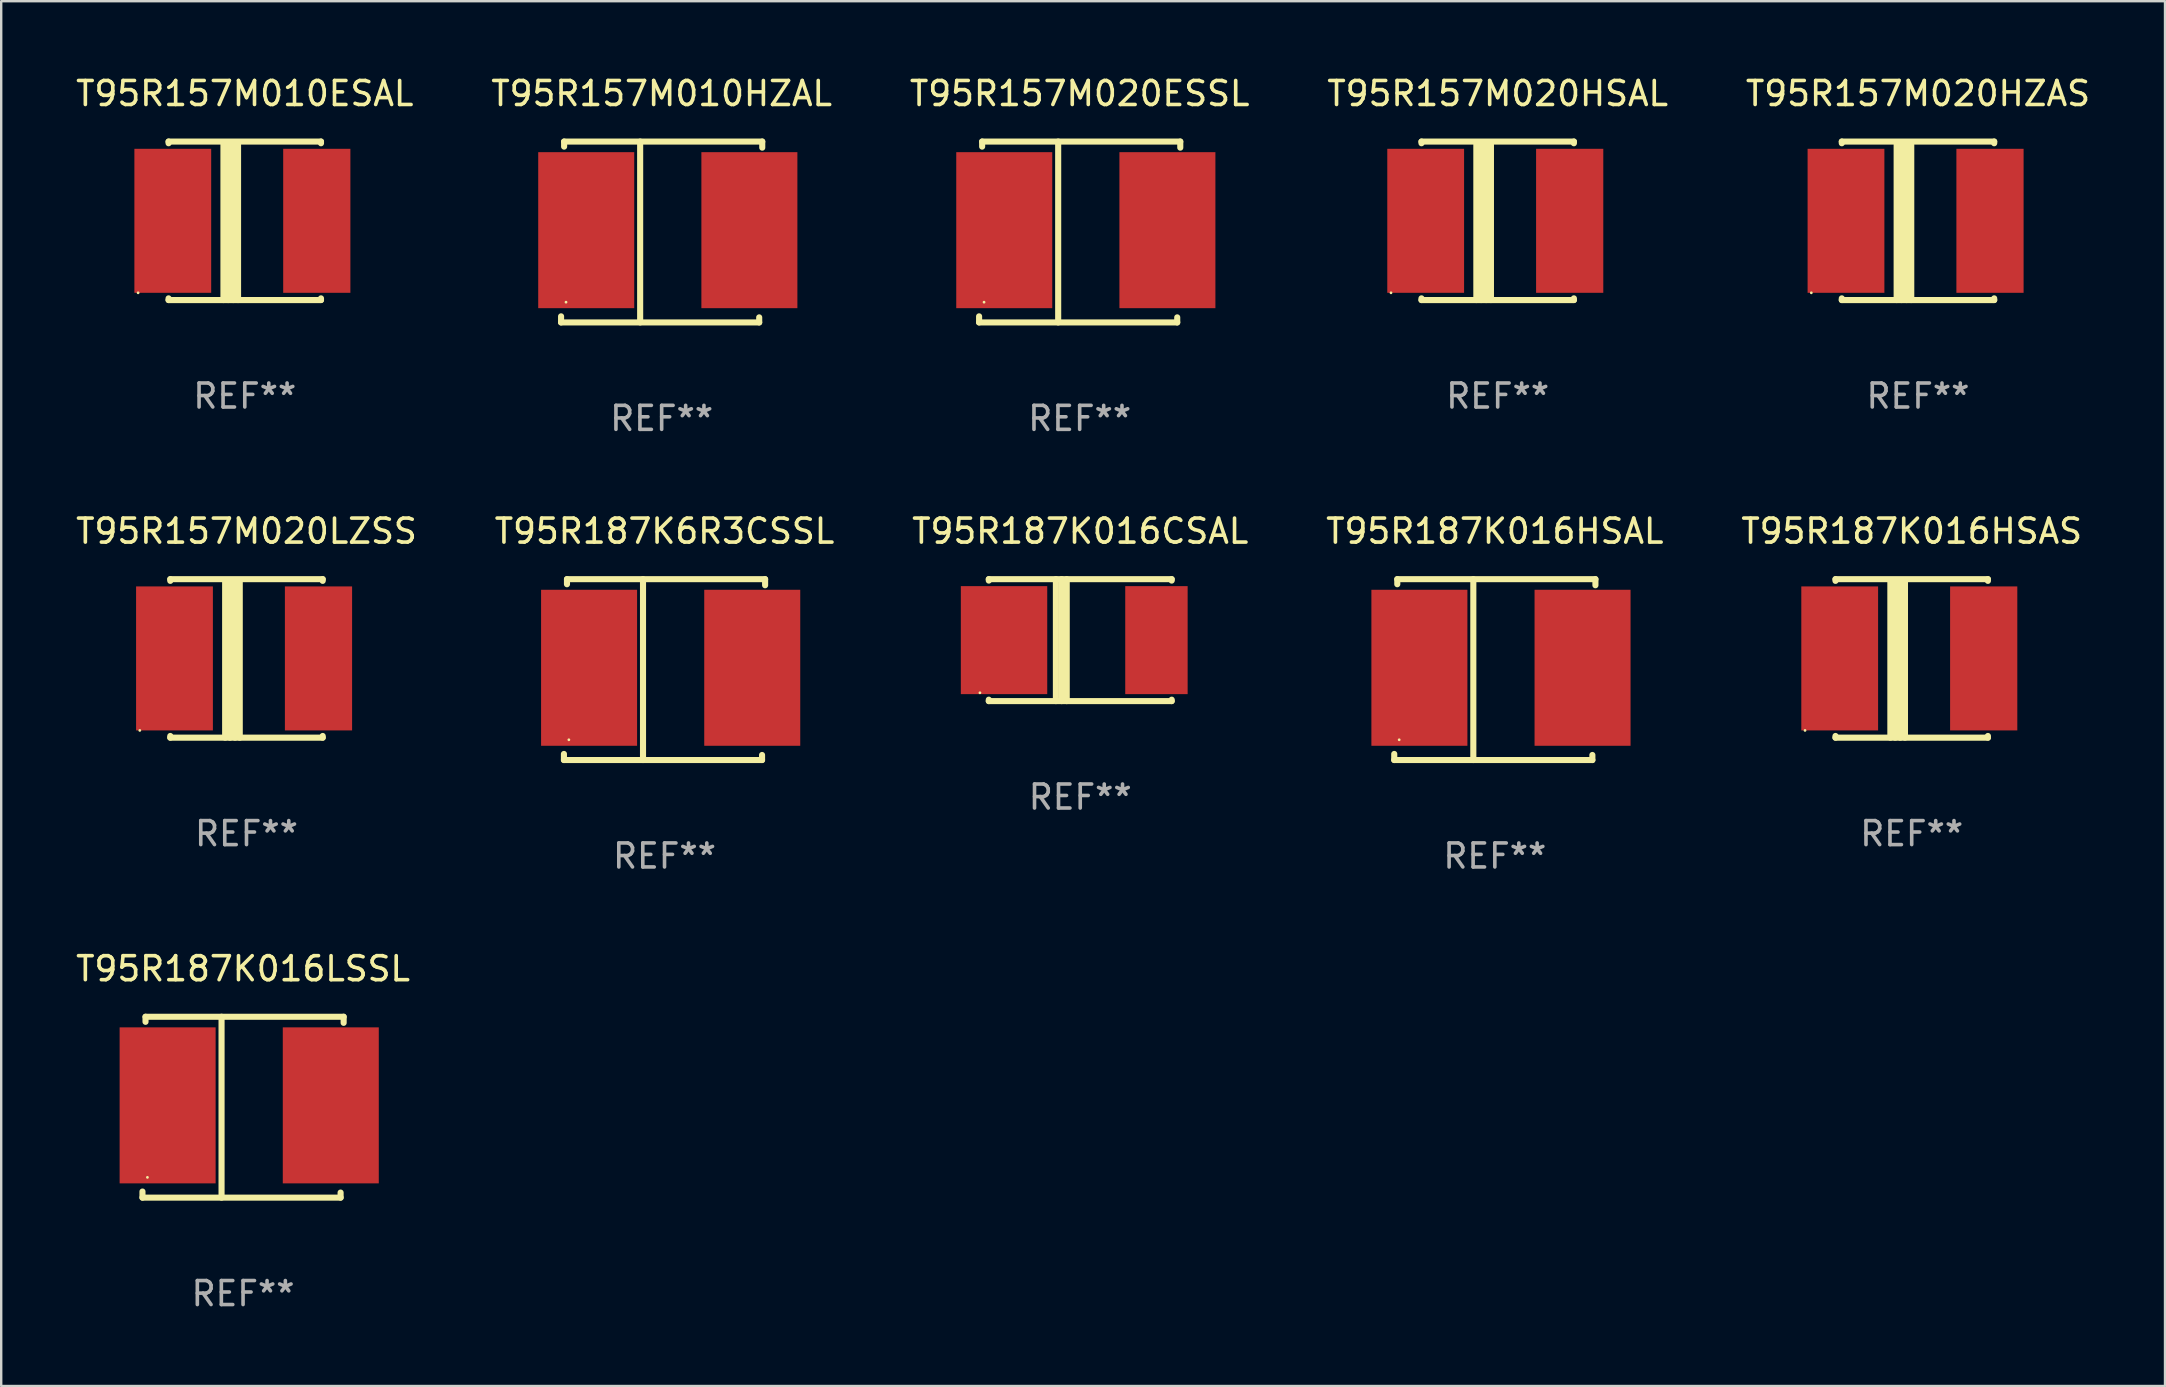
<source format=kicad_pcb>
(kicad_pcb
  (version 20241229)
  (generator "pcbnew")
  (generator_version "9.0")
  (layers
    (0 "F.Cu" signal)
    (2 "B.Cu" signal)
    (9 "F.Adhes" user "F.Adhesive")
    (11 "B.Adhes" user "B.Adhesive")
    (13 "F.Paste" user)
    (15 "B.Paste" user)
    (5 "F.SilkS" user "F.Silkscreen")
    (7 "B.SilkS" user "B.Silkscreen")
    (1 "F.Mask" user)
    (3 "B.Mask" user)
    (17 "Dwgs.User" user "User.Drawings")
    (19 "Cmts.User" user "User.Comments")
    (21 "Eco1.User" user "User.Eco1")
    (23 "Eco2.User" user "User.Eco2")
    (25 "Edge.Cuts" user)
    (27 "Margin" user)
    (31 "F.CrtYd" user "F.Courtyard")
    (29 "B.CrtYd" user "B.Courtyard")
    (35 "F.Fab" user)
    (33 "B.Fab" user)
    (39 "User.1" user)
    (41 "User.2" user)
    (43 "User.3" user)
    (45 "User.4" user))
  (footprint "T95R157M020HSAL"
    (layer "F.Cu")
    (at 59.351 6.15)
    (property "Reference" "T95R157M020HSAL" (at 0 -5.302 0) (layer "F.SilkS") (effects (font (size 1 1) (thickness 0.15))))
    (attr through_hole)
    (fp_line (start -3.175 -3.231) (end -3.175 -3.302) (stroke (width 0.254) (type solid)) (layer "F.SilkS"))
    (fp_line (start -3.175 3.302) (end -3.175 3.231) (stroke (width 0.254) (type solid)) (layer "F.SilkS"))
    (fp_line (start -3.175 3.302) (end 3.175 3.302) (stroke (width 0.254) (type solid)) (layer "F.SilkS"))
    (fp_line (start -0.889 -3.175) (end -0.889 3.302) (stroke (width 0.254) (type solid)) (layer "F.SilkS"))
    (fp_line (start -0.688 -3.175) (end -0.688 3.302) (stroke (width 0.254) (type solid)) (layer "F.SilkS"))
    (fp_line (start -0.478 -3.175) (end -0.478 3.302) (stroke (width 0.254) (type solid)) (layer "F.SilkS"))
    (fp_line (start -0.281 -3.175) (end -0.281 3.302) (stroke (width 0.254) (type solid)) (layer "F.SilkS"))
    (fp_line (start 3.175 -3.302) (end -3.175 -3.302) (stroke (width 0.254) (type solid)) (layer "F.SilkS"))
    (fp_line (start 3.175 -3.302) (end 3.175 -3.231) (stroke (width 0.254) (type solid)) (layer "F.SilkS"))
    (fp_line (start 3.175 3.231) (end 3.175 3.302) (stroke (width 0.254) (type solid)) (layer "F.SilkS"))
    (fp_circle (center -4.445 3) (end -4.415 3) (stroke (width 0.06) (type solid)) (fill no) (layer "F.SilkS"))
    (fp_text user "REF**" (at 0 7.302 0) (layer "F.Fab") (effects (font (size 1 1) (thickness 0.15))))
    (pad "1" smd rect (at -3 0) (size 3.2 6) (layers "F.Cu" "F.Mask" "F.Paste"))
    (pad "2" smd rect (at 3 0) (size 2.8 6) (layers "F.Cu" "F.Mask" "F.Paste")))
  (footprint "T95R157M020LZSS"
    (layer "F.Cu")
    (at 7.22 24.383)
    (property "Reference" "T95R157M020LZSS" (at 0 -5.302 0) (layer "F.SilkS") (effects (font (size 1 1) (thickness 0.15))))
    (attr through_hole)
    (fp_line (start -3.175 -3.231) (end -3.175 -3.302) (stroke (width 0.254) (type solid)) (layer "F.SilkS"))
    (fp_line (start -3.175 3.302) (end -3.175 3.231) (stroke (width 0.254) (type solid)) (layer "F.SilkS"))
    (fp_line (start -3.175 3.302) (end 3.175 3.302) (stroke (width 0.254) (type solid)) (layer "F.SilkS"))
    (fp_line (start -0.889 -3.175) (end -0.889 3.302) (stroke (width 0.254) (type solid)) (layer "F.SilkS"))
    (fp_line (start -0.688 -3.175) (end -0.688 3.302) (stroke (width 0.254) (type solid)) (layer "F.SilkS"))
    (fp_line (start -0.478 -3.175) (end -0.478 3.302) (stroke (width 0.254) (type solid)) (layer "F.SilkS"))
    (fp_line (start -0.281 -3.175) (end -0.281 3.302) (stroke (width 0.254) (type solid)) (layer "F.SilkS"))
    (fp_line (start 3.175 -3.302) (end -3.175 -3.302) (stroke (width 0.254) (type solid)) (layer "F.SilkS"))
    (fp_line (start 3.175 -3.302) (end 3.175 -3.231) (stroke (width 0.254) (type solid)) (layer "F.SilkS"))
    (fp_line (start 3.175 3.231) (end 3.175 3.302) (stroke (width 0.254) (type solid)) (layer "F.SilkS"))
    (fp_circle (center -4.445 3) (end -4.415 3) (stroke (width 0.06) (type solid)) (fill no) (layer "F.SilkS"))
    (fp_text user "REF**" (at 0 7.302 0) (layer "F.Fab") (effects (font (size 1 1) (thickness 0.15))))
    (pad "1" smd rect (at -3 0) (size 3.2 6) (layers "F.Cu" "F.Mask" "F.Paste"))
    (pad "2" smd rect (at 3 0) (size 2.8 6) (layers "F.Cu" "F.Mask" "F.Paste")))
  (footprint "T95R157M010HZAL"
    (layer "F.Cu")
    (at 24.518 6.616)
    (property "Reference" "T95R157M010HZAL" (at 0 -5.768 0) (layer "F.SilkS") (effects (font (size 1 1) (thickness 0.15))))
    (attr through_hole)
    (fp_line (start -4.191 3.768) (end -4.191 3.514) (stroke (width 0.254) (type solid)) (layer "F.SilkS"))
    (fp_line (start -4.064 -3.768) (end 4.191 -3.768) (stroke (width 0.254) (type solid)) (layer "F.SilkS"))
    (fp_line (start -4.064 -3.557) (end -4.064 -3.768) (stroke (width 0.254) (type solid)) (layer "F.SilkS"))
    (fp_line (start -0.896 -3.768) (end -0.896 3.768) (stroke (width 0.254) (type solid)) (layer "F.SilkS"))
    (fp_line (start 4.064 3.557) (end 4.064 3.768) (stroke (width 0.254) (type solid)) (layer "F.SilkS"))
    (fp_line (start 4.064 3.768) (end -4.191 3.768) (stroke (width 0.254) (type solid)) (layer "F.SilkS"))
    (fp_line (start 4.191 -3.768) (end 4.191 -3.514) (stroke (width 0.254) (type solid)) (layer "F.SilkS"))
    (fp_circle (center -3.985 2.924) (end -3.955 2.924) (stroke (width 0.06) (type solid)) (fill no) (layer "F.SilkS"))
    (fp_text user "REF**" (at 0 7.768 0) (layer "F.Fab") (effects (font (size 1 1) (thickness 0.15))))
    (pad "1" smd rect (at -3.143 -0.076 270) (size 6.5 4) (layers "F.Cu" "F.Mask" "F.Paste"))
    (pad "2" smd rect (at 3.655 -0.076 270) (size 6.5 4) (layers "F.Cu" "F.Mask" "F.Paste")))
  (footprint "T95R187K016CSAL"
    (layer "F.Cu")
    (at 41.958 23.621)
    (property "Reference" "T95R187K016CSAL" (at 0 -4.54 0) (layer "F.SilkS") (effects (font (size 1 1) (thickness 0.15))))
    (attr through_hole)
    (fp_line (start -3.81 -2.54) (end -3.81 -2.481) (stroke (width 0.254) (type solid)) (layer "F.SilkS"))
    (fp_line (start -3.81 -2.54) (end 3.81 -2.54) (stroke (width 0.254) (type solid)) (layer "F.SilkS"))
    (fp_line (start -3.81 2.481) (end -3.81 2.54) (stroke (width 0.254) (type solid)) (layer "F.SilkS"))
    (fp_line (start -3.81 2.54) (end 3.81 2.54) (stroke (width 0.254) (type solid)) (layer "F.SilkS"))
    (fp_line (start -1.014 -2.54) (end -1.014 2.54) (stroke (width 0.254) (type solid)) (layer "F.SilkS"))
    (fp_line (start -0.774 -2.54) (end -0.774 2.54) (stroke (width 0.254) (type solid)) (layer "F.SilkS"))
    (fp_line (start -0.563 -2.54) (end -0.563 2.54) (stroke (width 0.254) (type solid)) (layer "F.SilkS"))
    (fp_line (start 3.81 -2.481) (end 3.81 -2.54) (stroke (width 0.254) (type solid)) (layer "F.SilkS"))
    (fp_line (start 3.81 2.54) (end 3.81 2.481) (stroke (width 0.254) (type solid)) (layer "F.SilkS"))
    (fp_circle (center -4.179 2.194) (end -4.149 2.194) (stroke (width 0.06) (type solid)) (fill no) (layer "F.SilkS"))
    (fp_text user "REF**" (at 0 6.54 0) (layer "F.Fab") (effects (font (size 1 1) (thickness 0.15))))
    (pad "1" smd rect (at -3.175 0.000076) (size 3.6 4.5) (layers "F.Cu" "F.Mask" "F.Paste"))
    (pad "2" smd rect (at 3.175 0.000076) (size 2.6 4.5) (layers "F.Cu" "F.Mask" "F.Paste")))
  (footprint "T95R187K016HSAL"
    (layer "F.Cu")
    (at 59.232 24.849)
    (property "Reference" "T95R187K016HSAL" (at 0 -5.768 0) (layer "F.SilkS") (effects (font (size 1 1) (thickness 0.15))))
    (attr through_hole)
    (fp_line (start -4.191 3.768) (end -4.191 3.514) (stroke (width 0.254) (type solid)) (layer "F.SilkS"))
    (fp_line (start -4.064 -3.768) (end 4.191 -3.768) (stroke (width 0.254) (type solid)) (layer "F.SilkS"))
    (fp_line (start -4.064 -3.557) (end -4.064 -3.768) (stroke (width 0.254) (type solid)) (layer "F.SilkS"))
    (fp_line (start -0.896 -3.768) (end -0.896 3.768) (stroke (width 0.254) (type solid)) (layer "F.SilkS"))
    (fp_line (start 4.064 3.557) (end 4.064 3.768) (stroke (width 0.254) (type solid)) (layer "F.SilkS"))
    (fp_line (start 4.064 3.768) (end -4.191 3.768) (stroke (width 0.254) (type solid)) (layer "F.SilkS"))
    (fp_line (start 4.191 -3.768) (end 4.191 -3.514) (stroke (width 0.254) (type solid)) (layer "F.SilkS"))
    (fp_circle (center -3.985 2.924) (end -3.955 2.924) (stroke (width 0.06) (type solid)) (fill no) (layer "F.SilkS"))
    (fp_text user "REF**" (at 0 7.768 0) (layer "F.Fab") (effects (font (size 1 1) (thickness 0.15))))
    (pad "1" smd rect (at -3.143 -0.076 270) (size 6.5 4) (layers "F.Cu" "F.Mask" "F.Paste"))
    (pad "2" smd rect (at 3.655 -0.076 270) (size 6.5 4) (layers "F.Cu" "F.Mask" "F.Paste")))
  (footprint "T95R157M010ESAL"
    (layer "F.Cu")
    (at 7.149 6.15)
    (property "Reference" "T95R157M010ESAL" (at 0 -5.302 0) (layer "F.SilkS") (effects (font (size 1 1) (thickness 0.15))))
    (attr through_hole)
    (fp_line (start -3.175 -3.231) (end -3.175 -3.302) (stroke (width 0.254) (type solid)) (layer "F.SilkS"))
    (fp_line (start -3.175 3.302) (end -3.175 3.231) (stroke (width 0.254) (type solid)) (layer "F.SilkS"))
    (fp_line (start -3.175 3.302) (end 3.175 3.302) (stroke (width 0.254) (type solid)) (layer "F.SilkS"))
    (fp_line (start -0.889 -3.175) (end -0.889 3.302) (stroke (width 0.254) (type solid)) (layer "F.SilkS"))
    (fp_line (start -0.688 -3.175) (end -0.688 3.302) (stroke (width 0.254) (type solid)) (layer "F.SilkS"))
    (fp_line (start -0.478 -3.175) (end -0.478 3.302) (stroke (width 0.254) (type solid)) (layer "F.SilkS"))
    (fp_line (start -0.281 -3.175) (end -0.281 3.302) (stroke (width 0.254) (type solid)) (layer "F.SilkS"))
    (fp_line (start 3.175 -3.302) (end -3.175 -3.302) (stroke (width 0.254) (type solid)) (layer "F.SilkS"))
    (fp_line (start 3.175 -3.302) (end 3.175 -3.231) (stroke (width 0.254) (type solid)) (layer "F.SilkS"))
    (fp_line (start 3.175 3.231) (end 3.175 3.302) (stroke (width 0.254) (type solid)) (layer "F.SilkS"))
    (fp_circle (center -4.445 3) (end -4.415 3) (stroke (width 0.06) (type solid)) (fill no) (layer "F.SilkS"))
    (fp_text user "REF**" (at 0 7.302 0) (layer "F.Fab") (effects (font (size 1 1) (thickness 0.15))))
    (pad "1" smd rect (at -3 0) (size 3.2 6) (layers "F.Cu" "F.Mask" "F.Paste"))
    (pad "2" smd rect (at 3 0) (size 2.8 6) (layers "F.Cu" "F.Mask" "F.Paste")))
  (footprint "T95R157M020HZAS"
    (layer "F.Cu")
    (at 76.863 6.15)
    (property "Reference" "T95R157M020HZAS" (at 0 -5.302 0) (layer "F.SilkS") (effects (font (size 1 1) (thickness 0.15))))
    (attr through_hole)
    (fp_line (start -3.175 -3.231) (end -3.175 -3.302) (stroke (width 0.254) (type solid)) (layer "F.SilkS"))
    (fp_line (start -3.175 3.302) (end -3.175 3.231) (stroke (width 0.254) (type solid)) (layer "F.SilkS"))
    (fp_line (start -3.175 3.302) (end 3.175 3.302) (stroke (width 0.254) (type solid)) (layer "F.SilkS"))
    (fp_line (start -0.889 -3.175) (end -0.889 3.302) (stroke (width 0.254) (type solid)) (layer "F.SilkS"))
    (fp_line (start -0.688 -3.175) (end -0.688 3.302) (stroke (width 0.254) (type solid)) (layer "F.SilkS"))
    (fp_line (start -0.478 -3.175) (end -0.478 3.302) (stroke (width 0.254) (type solid)) (layer "F.SilkS"))
    (fp_line (start -0.281 -3.175) (end -0.281 3.302) (stroke (width 0.254) (type solid)) (layer "F.SilkS"))
    (fp_line (start 3.175 -3.302) (end -3.175 -3.302) (stroke (width 0.254) (type solid)) (layer "F.SilkS"))
    (fp_line (start 3.175 -3.302) (end 3.175 -3.231) (stroke (width 0.254) (type solid)) (layer "F.SilkS"))
    (fp_line (start 3.175 3.231) (end 3.175 3.302) (stroke (width 0.254) (type solid)) (layer "F.SilkS"))
    (fp_circle (center -4.445 3) (end -4.415 3) (stroke (width 0.06) (type solid)) (fill no) (layer "F.SilkS"))
    (fp_text user "REF**" (at 0 7.302 0) (layer "F.Fab") (effects (font (size 1 1) (thickness 0.15))))
    (pad "1" smd rect (at -3 0) (size 3.2 6) (layers "F.Cu" "F.Mask" "F.Paste"))
    (pad "2" smd rect (at 3 0) (size 2.8 6) (layers "F.Cu" "F.Mask" "F.Paste")))
  (footprint "T95R187K016HSAS"
    (layer "F.Cu")
    (at 76.601 24.383)
    (property "Reference" "T95R187K016HSAS" (at 0 -5.302 0) (layer "F.SilkS") (effects (font (size 1 1) (thickness 0.15))))
    (attr through_hole)
    (fp_line (start -3.175 -3.231) (end -3.175 -3.302) (stroke (width 0.254) (type solid)) (layer "F.SilkS"))
    (fp_line (start -3.175 3.302) (end -3.175 3.231) (stroke (width 0.254) (type solid)) (layer "F.SilkS"))
    (fp_line (start -3.175 3.302) (end 3.175 3.302) (stroke (width 0.254) (type solid)) (layer "F.SilkS"))
    (fp_line (start -0.889 -3.175) (end -0.889 3.302) (stroke (width 0.254) (type solid)) (layer "F.SilkS"))
    (fp_line (start -0.688 -3.175) (end -0.688 3.302) (stroke (width 0.254) (type solid)) (layer "F.SilkS"))
    (fp_line (start -0.478 -3.175) (end -0.478 3.302) (stroke (width 0.254) (type solid)) (layer "F.SilkS"))
    (fp_line (start -0.281 -3.175) (end -0.281 3.302) (stroke (width 0.254) (type solid)) (layer "F.SilkS"))
    (fp_line (start 3.175 -3.302) (end -3.175 -3.302) (stroke (width 0.254) (type solid)) (layer "F.SilkS"))
    (fp_line (start 3.175 -3.302) (end 3.175 -3.231) (stroke (width 0.254) (type solid)) (layer "F.SilkS"))
    (fp_line (start 3.175 3.231) (end 3.175 3.302) (stroke (width 0.254) (type solid)) (layer "F.SilkS"))
    (fp_circle (center -4.445 3) (end -4.415 3) (stroke (width 0.06) (type solid)) (fill no) (layer "F.SilkS"))
    (fp_text user "REF**" (at 0 7.302 0) (layer "F.Fab") (effects (font (size 1 1) (thickness 0.15))))
    (pad "1" smd rect (at -3 0) (size 3.2 6) (layers "F.Cu" "F.Mask" "F.Paste"))
    (pad "2" smd rect (at 3 0) (size 2.8 6) (layers "F.Cu" "F.Mask" "F.Paste")))
  (footprint "T95R157M020ESSL"
    (layer "F.Cu")
    (at 41.935 6.616)
    (property "Reference" "T95R157M020ESSL" (at 0 -5.768 0) (layer "F.SilkS") (effects (font (size 1 1) (thickness 0.15))))
    (attr through_hole)
    (fp_line (start -4.191 3.768) (end -4.191 3.514) (stroke (width 0.254) (type solid)) (layer "F.SilkS"))
    (fp_line (start -4.064 -3.768) (end 4.191 -3.768) (stroke (width 0.254) (type solid)) (layer "F.SilkS"))
    (fp_line (start -4.064 -3.557) (end -4.064 -3.768) (stroke (width 0.254) (type solid)) (layer "F.SilkS"))
    (fp_line (start -0.896 -3.768) (end -0.896 3.768) (stroke (width 0.254) (type solid)) (layer "F.SilkS"))
    (fp_line (start 4.064 3.557) (end 4.064 3.768) (stroke (width 0.254) (type solid)) (layer "F.SilkS"))
    (fp_line (start 4.064 3.768) (end -4.191 3.768) (stroke (width 0.254) (type solid)) (layer "F.SilkS"))
    (fp_line (start 4.191 -3.768) (end 4.191 -3.514) (stroke (width 0.254) (type solid)) (layer "F.SilkS"))
    (fp_circle (center -3.985 2.924) (end -3.955 2.924) (stroke (width 0.06) (type solid)) (fill no) (layer "F.SilkS"))
    (fp_text user "REF**" (at 0 7.768 0) (layer "F.Fab") (effects (font (size 1 1) (thickness 0.15))))
    (pad "1" smd rect (at -3.143 -0.076 270) (size 6.5 4) (layers "F.Cu" "F.Mask" "F.Paste"))
    (pad "2" smd rect (at 3.655 -0.076 270) (size 6.5 4) (layers "F.Cu" "F.Mask" "F.Paste")))
  (footprint "T95R187K016LSSL"
    (layer "F.Cu")
    (at 7.077 43.081)
    (property "Reference" "T95R187K016LSSL" (at 0 -5.768 0) (layer "F.SilkS") (effects (font (size 1 1) (thickness 0.15))))
    (attr through_hole)
    (fp_line (start -4.191 3.768) (end -4.191 3.514) (stroke (width 0.254) (type solid)) (layer "F.SilkS"))
    (fp_line (start -4.064 -3.768) (end 4.191 -3.768) (stroke (width 0.254) (type solid)) (layer "F.SilkS"))
    (fp_line (start -4.064 -3.557) (end -4.064 -3.768) (stroke (width 0.254) (type solid)) (layer "F.SilkS"))
    (fp_line (start -0.896 -3.768) (end -0.896 3.768) (stroke (width 0.254) (type solid)) (layer "F.SilkS"))
    (fp_line (start 4.064 3.557) (end 4.064 3.768) (stroke (width 0.254) (type solid)) (layer "F.SilkS"))
    (fp_line (start 4.064 3.768) (end -4.191 3.768) (stroke (width 0.254) (type solid)) (layer "F.SilkS"))
    (fp_line (start 4.191 -3.768) (end 4.191 -3.514) (stroke (width 0.254) (type solid)) (layer "F.SilkS"))
    (fp_circle (center -3.985 2.924) (end -3.955 2.924) (stroke (width 0.06) (type solid)) (fill no) (layer "F.SilkS"))
    (fp_text user "REF**" (at 0 7.768 0) (layer "F.Fab") (effects (font (size 1 1) (thickness 0.15))))
    (pad "1" smd rect (at -3.143 -0.076 270) (size 6.5 4) (layers "F.Cu" "F.Mask" "F.Paste"))
    (pad "2" smd rect (at 3.655 -0.076 270) (size 6.5 4) (layers "F.Cu" "F.Mask" "F.Paste")))
  (footprint "T95R187K6R3CSSL"
    (layer "F.Cu")
    (at 24.637 24.849)
    (property "Reference" "T95R187K6R3CSSL" (at 0 -5.768 0) (layer "F.SilkS") (effects (font (size 1 1) (thickness 0.15))))
    (attr through_hole)
    (fp_line (start -4.191 3.768) (end -4.191 3.514) (stroke (width 0.254) (type solid)) (layer "F.SilkS"))
    (fp_line (start -4.064 -3.768) (end 4.191 -3.768) (stroke (width 0.254) (type solid)) (layer "F.SilkS"))
    (fp_line (start -4.064 -3.557) (end -4.064 -3.768) (stroke (width 0.254) (type solid)) (layer "F.SilkS"))
    (fp_line (start -0.896 -3.768) (end -0.896 3.768) (stroke (width 0.254) (type solid)) (layer "F.SilkS"))
    (fp_line (start 4.064 3.557) (end 4.064 3.768) (stroke (width 0.254) (type solid)) (layer "F.SilkS"))
    (fp_line (start 4.064 3.768) (end -4.191 3.768) (stroke (width 0.254) (type solid)) (layer "F.SilkS"))
    (fp_line (start 4.191 -3.768) (end 4.191 -3.514) (stroke (width 0.254) (type solid)) (layer "F.SilkS"))
    (fp_circle (center -3.985 2.924) (end -3.955 2.924) (stroke (width 0.06) (type solid)) (fill no) (layer "F.SilkS"))
    (fp_text user "REF**" (at 0 7.768 0) (layer "F.Fab") (effects (font (size 1 1) (thickness 0.15))))
    (pad "1" smd rect (at -3.143 -0.076 270) (size 6.5 4) (layers "F.Cu" "F.Mask" "F.Paste"))
    (pad "2" smd rect (at 3.655 -0.076 270) (size 6.5 4) (layers "F.Cu" "F.Mask" "F.Paste")))
  (gr_rect
    (start -3 -3)
    (end 87.155 54.698)
    (stroke (width 0.1) (type default))
    (fill no)
    (layer "Edge.Cuts")))
</source>
